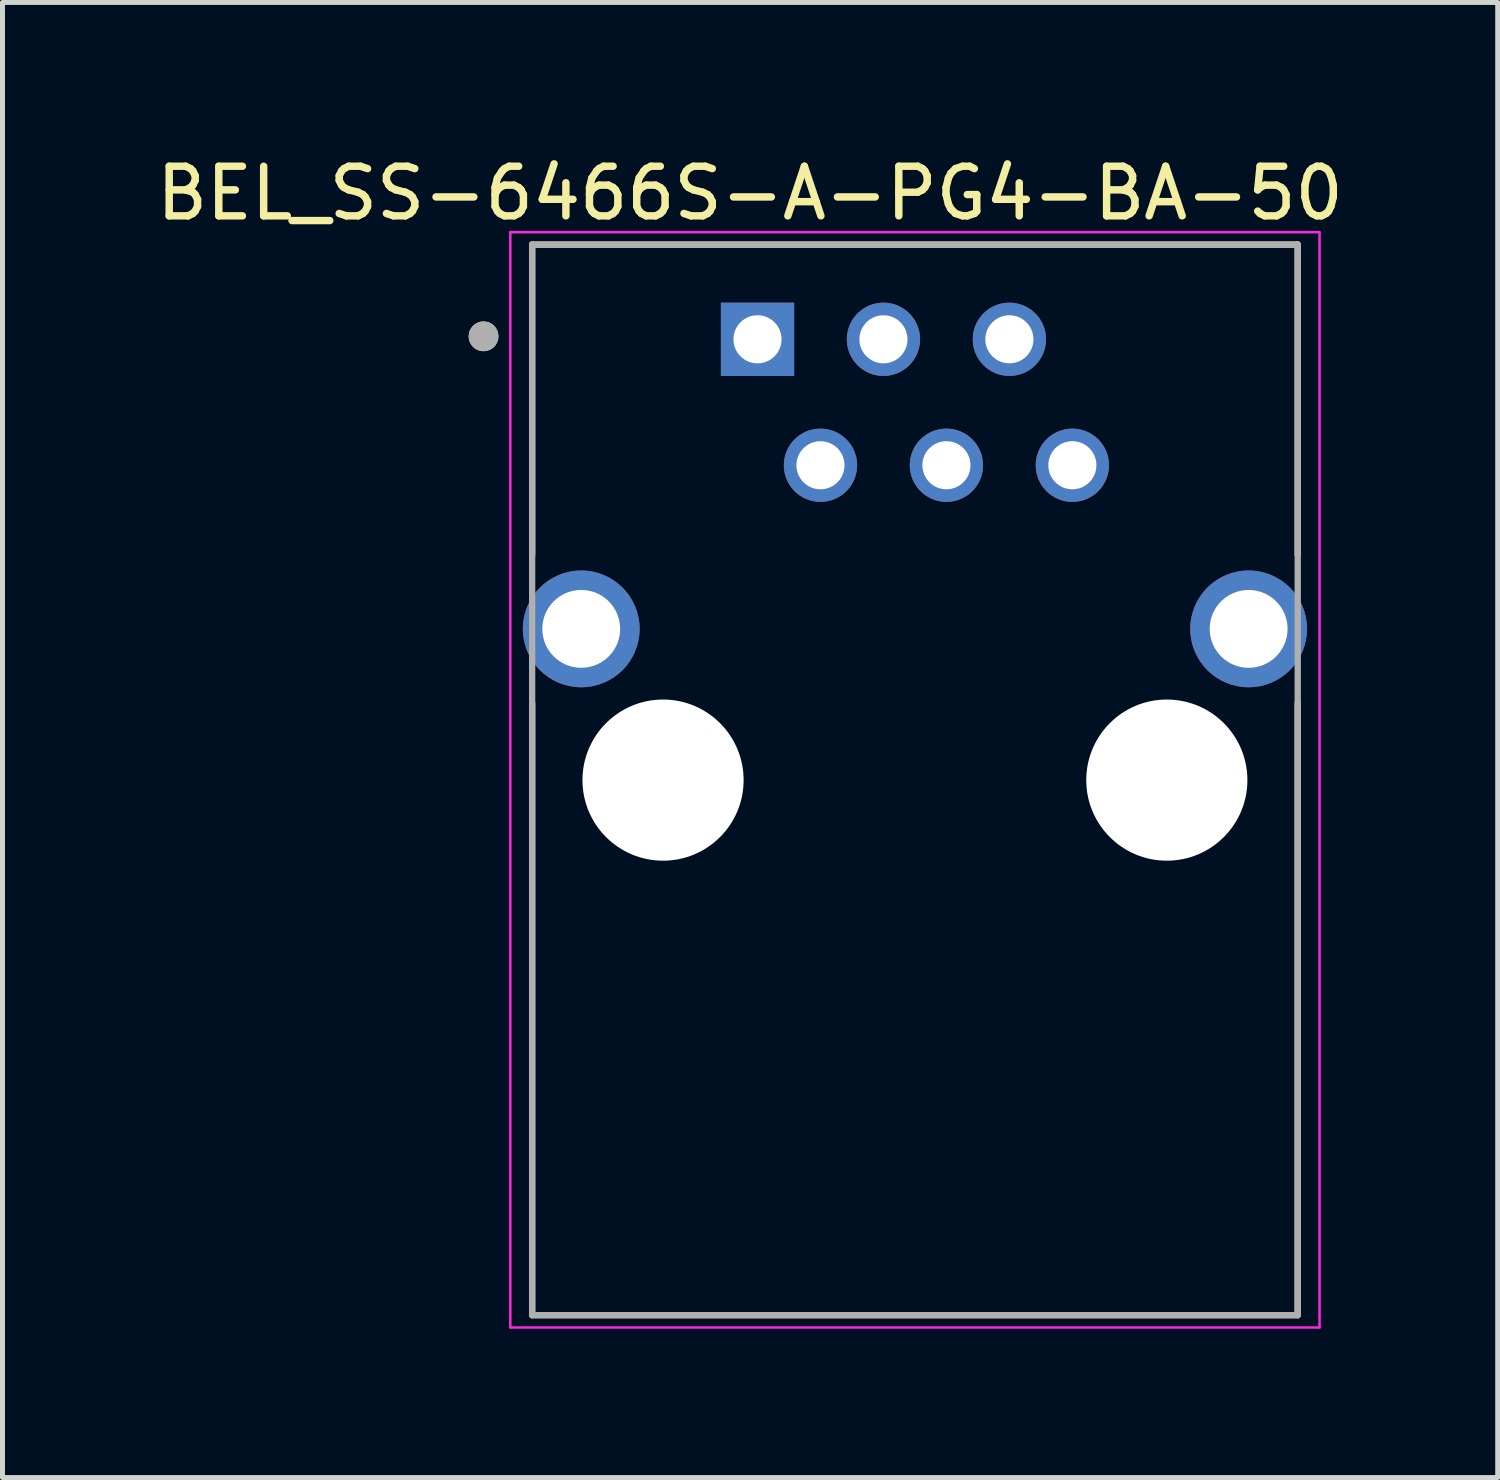
<source format=kicad_pcb>
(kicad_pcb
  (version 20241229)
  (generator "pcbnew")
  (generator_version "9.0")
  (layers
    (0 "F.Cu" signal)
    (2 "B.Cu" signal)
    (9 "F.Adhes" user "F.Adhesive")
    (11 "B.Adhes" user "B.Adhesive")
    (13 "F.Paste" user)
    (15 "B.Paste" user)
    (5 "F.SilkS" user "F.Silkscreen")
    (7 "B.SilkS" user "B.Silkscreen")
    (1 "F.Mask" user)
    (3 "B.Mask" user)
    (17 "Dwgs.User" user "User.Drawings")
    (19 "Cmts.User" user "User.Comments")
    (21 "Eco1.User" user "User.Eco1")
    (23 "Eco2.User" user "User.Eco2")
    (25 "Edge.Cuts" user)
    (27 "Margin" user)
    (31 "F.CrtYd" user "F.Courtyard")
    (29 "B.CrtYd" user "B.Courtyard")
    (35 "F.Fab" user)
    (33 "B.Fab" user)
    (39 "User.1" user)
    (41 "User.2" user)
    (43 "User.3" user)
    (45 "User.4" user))
  (footprint "BEL_SS-6466S-A-PG4-BA-50"
    (layer "F.Cu")
    (at 15.402 12.683)
    (property "Reference" "BEL_SS-6466S-A-PG4-BA-50" (at -3.325 -11.835 0) (layer "F.SilkS") (effects (font (size 1 1) (thickness 0.15))))
    (attr through_hole)
    (fp_line (start -7.72 -10.8) (end 7.72 -10.8) (stroke (width 0.127) (type solid)) (layer "F.SilkS"))
    (fp_line (start -7.72 -4.545) (end -7.72 -10.8) (stroke (width 0.127) (type solid)) (layer "F.SilkS"))
    (fp_line (start -7.72 10.79) (end -7.72 -1.55) (stroke (width 0.127) (type solid)) (layer "F.SilkS"))
    (fp_line (start 7.72 -10.8) (end 7.72 -4.545) (stroke (width 0.127) (type solid)) (layer "F.SilkS"))
    (fp_line (start 7.72 -1.55) (end 7.72 10.79) (stroke (width 0.127) (type solid)) (layer "F.SilkS"))
    (fp_line (start 7.72 10.79) (end -7.72 10.79) (stroke (width 0.127) (type solid)) (layer "F.SilkS"))
    (fp_circle (center -8.7 -8.95) (end -8.55 -8.95) (stroke (width 0.3) (type solid)) (fill no) (layer "F.SilkS"))
    (fp_line (start -8.16 -11.05) (end 8.16 -11.05) (stroke (width 0.05) (type solid)) (layer "F.CrtYd"))
    (fp_line (start -8.16 11.04) (end -8.16 -11.05) (stroke (width 0.05) (type solid)) (layer "F.CrtYd"))
    (fp_line (start 8.16 -11.05) (end 8.16 11.04) (stroke (width 0.05) (type solid)) (layer "F.CrtYd"))
    (fp_line (start 8.16 11.04) (end -8.16 11.04) (stroke (width 0.05) (type solid)) (layer "F.CrtYd"))
    (fp_line (start -7.72 -10.8) (end 7.72 -10.8) (stroke (width 0.127) (type solid)) (layer "F.Fab"))
    (fp_line (start -7.72 10.79) (end -7.72 -10.8) (stroke (width 0.127) (type solid)) (layer "F.Fab"))
    (fp_line (start 7.72 -10.8) (end 7.72 10.79) (stroke (width 0.127) (type solid)) (layer "F.Fab"))
    (fp_line (start 7.72 10.79) (end -7.72 10.79) (stroke (width 0.127) (type solid)) (layer "F.Fab"))
    (fp_circle (center -8.7 -8.95) (end -8.55 -8.95) (stroke (width 0.3) (type solid)) (fill no) (layer "F.Fab"))
    (pad "" np_thru_hole circle (at -5.08 0) (size 3.25 3.25) (drill 3.25) (layers "*.Cu" "*.Mask"))
    (pad "" np_thru_hole circle (at 5.08 0) (size 3.25 3.25) (drill 3.25) (layers "*.Cu" "*.Mask"))
    (pad "1" thru_hole rect (at -3.175 -8.89) (size 1.478 1.478) (drill 0.97) (layers "*.Cu" "*.Mask"))
    (pad "2" thru_hole circle (at -1.905 -6.35) (size 1.478 1.478) (drill 0.97) (layers "*.Cu" "*.Mask"))
    (pad "3" thru_hole circle (at -0.635 -8.89) (size 1.478 1.478) (drill 0.97) (layers "*.Cu" "*.Mask"))
    (pad "4" thru_hole circle (at 0.635 -6.35) (size 1.478 1.478) (drill 0.97) (layers "*.Cu" "*.Mask"))
    (pad "5" thru_hole circle (at 1.905 -8.89) (size 1.478 1.478) (drill 0.97) (layers "*.Cu" "*.Mask"))
    (pad "6" thru_hole circle (at 3.175 -6.35) (size 1.478 1.478) (drill 0.97) (layers "*.Cu" "*.Mask"))
    (pad "S1" thru_hole circle (at -6.73 -3.05) (size 2.355 2.355) (drill 1.57) (layers "*.Cu" "*.Mask"))
    (pad "S2" thru_hole circle (at 6.73 -3.05) (size 2.355 2.355) (drill 1.57) (layers "*.Cu" "*.Mask")))
  (gr_rect
    (start -3 -3)
    (end 27.155 26.748)
    (stroke (width 0.1) (type default))
    (fill no)
    (layer "Edge.Cuts")))
</source>
